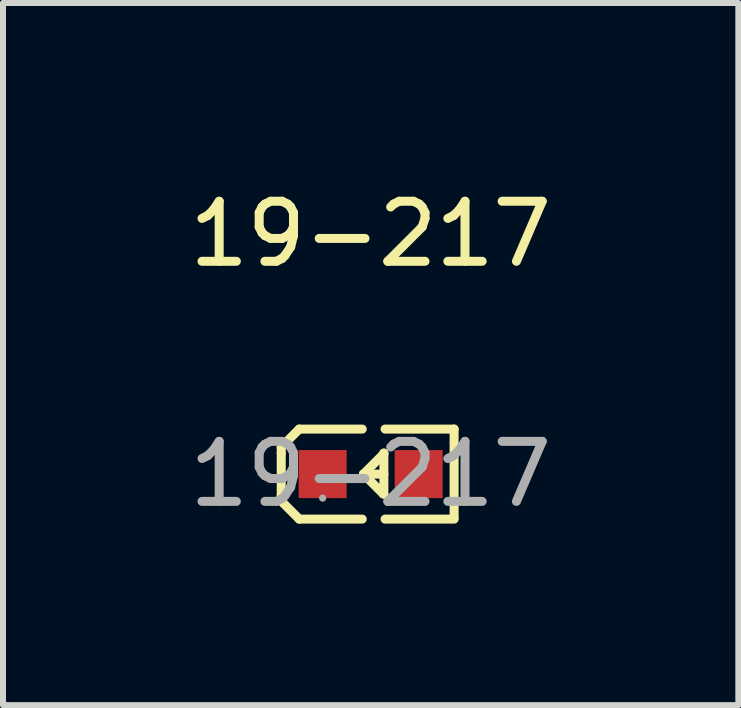
<source format=kicad_pcb>
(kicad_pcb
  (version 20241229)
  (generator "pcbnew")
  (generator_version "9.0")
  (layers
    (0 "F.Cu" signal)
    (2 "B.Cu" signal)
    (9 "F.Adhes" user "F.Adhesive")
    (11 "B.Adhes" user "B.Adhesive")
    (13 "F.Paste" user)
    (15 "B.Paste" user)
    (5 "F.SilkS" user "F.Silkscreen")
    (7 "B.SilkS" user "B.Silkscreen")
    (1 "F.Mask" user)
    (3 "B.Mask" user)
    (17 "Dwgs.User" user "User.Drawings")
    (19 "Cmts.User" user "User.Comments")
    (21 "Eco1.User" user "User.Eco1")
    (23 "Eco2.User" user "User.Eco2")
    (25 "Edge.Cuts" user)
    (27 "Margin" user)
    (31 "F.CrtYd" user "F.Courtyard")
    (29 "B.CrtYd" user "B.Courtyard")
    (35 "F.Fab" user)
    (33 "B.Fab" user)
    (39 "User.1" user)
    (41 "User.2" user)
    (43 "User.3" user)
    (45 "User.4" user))
  (footprint "19-217"
    (layer "F.Cu")
    (at 3.125 4.848)
    (property "Reference" "19-217" (at 0 -4 0) (layer "F.SilkS") (effects (font (size 1 1) (thickness 0.15))))
    (attr smd)
    (fp_line (start -1.49 -0.45) (end -1.19 -0.75) (stroke (width 0.15) (type solid)) (layer "F.SilkS"))
    (fp_line (start -1.49 -0.35) (end -1.49 -0.45) (stroke (width 0.15) (type solid)) (layer "F.SilkS"))
    (fp_line (start -1.49 -0.35) (end -1.49 0.35) (stroke (width 0.15) (type solid)) (layer "F.SilkS"))
    (fp_line (start -1.49 0.35) (end -1.49 0.45) (stroke (width 0.15) (type solid)) (layer "F.SilkS"))
    (fp_line (start -1.49 0.45) (end -1.19 0.75) (stroke (width 0.15) (type solid)) (layer "F.SilkS"))
    (fp_line (start -0.14 -0.75) (end -1.19 -0.75) (stroke (width 0.15) (type solid)) (layer "F.SilkS"))
    (fp_line (start -0.14 0.75) (end -1.19 0.75) (stroke (width 0.15) (type solid)) (layer "F.SilkS"))
    (fp_line (start 0.21 0.33) (end -0.12 0) (stroke (width 0.15) (type solid)) (layer "F.SilkS"))
    (fp_line (start 0.22 -0.35) (end 0.22 -0.34) (stroke (width 0.15) (type solid)) (layer "F.SilkS"))
    (fp_line (start 0.22 -0.35) (end 0.22 0.33) (stroke (width 0.15) (type solid)) (layer "F.SilkS"))
    (fp_line (start 0.22 -0.34) (end -0.12 0) (stroke (width 0.15) (type solid)) (layer "F.SilkS"))
    (fp_line (start 0.22 0) (end -0.12 0) (stroke (width 0.15) (type solid)) (layer "F.SilkS"))
    (fp_line (start 0.22 0.33) (end 0.21 0.33) (stroke (width 0.15) (type solid)) (layer "F.SilkS"))
    (fp_line (start 0.24 -0.75) (end 1.39 -0.75) (stroke (width 0.15) (type solid)) (layer "F.SilkS"))
    (fp_line (start 0.24 0.75) (end 1.39 0.75) (stroke (width 0.15) (type solid)) (layer "F.SilkS"))
    (fp_line (start 1.39 -0.75) (end 1.39 0.73) (stroke (width 0.15) (type solid)) (layer "F.SilkS"))
    (fp_circle (center -0.8 0.4) (end -0.77 0.4) (stroke (width 0.06) (type solid)) (fill no) (layer "F.Fab"))
    (fp_text user "${REFERENCE}" (at 0 0 0) (layer "F.Fab") (effects (font (size 1 1) (thickness 0.15))))
    (pad "1" smd rect (at -0.8 0 90) (size 0.8 0.8) (layers "F.Cu" "F.Mask" "F.Paste"))
    (pad "2" smd rect (at 0.8 0 90) (size 0.8 0.8) (layers "F.Cu" "F.Mask" "F.Paste")))
  (gr_rect
    (start -3 -3)
    (end 9.25 8.697)
    (stroke (width 0.1) (type default))
    (fill no)
    (layer "Edge.Cuts")))
</source>
